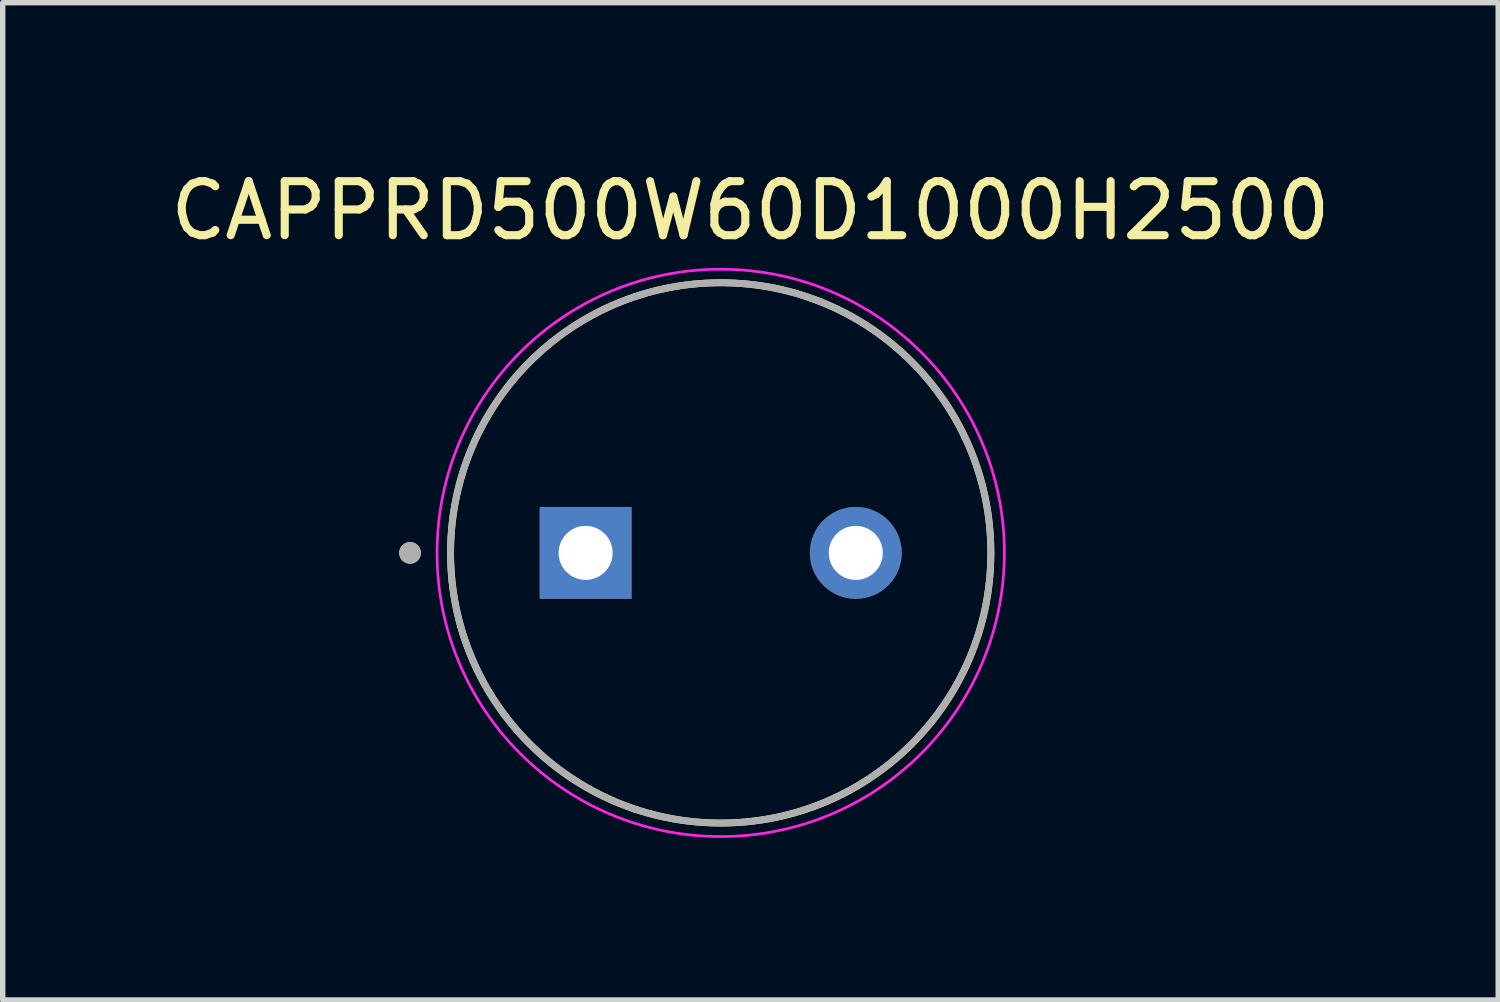
<source format=kicad_pcb>
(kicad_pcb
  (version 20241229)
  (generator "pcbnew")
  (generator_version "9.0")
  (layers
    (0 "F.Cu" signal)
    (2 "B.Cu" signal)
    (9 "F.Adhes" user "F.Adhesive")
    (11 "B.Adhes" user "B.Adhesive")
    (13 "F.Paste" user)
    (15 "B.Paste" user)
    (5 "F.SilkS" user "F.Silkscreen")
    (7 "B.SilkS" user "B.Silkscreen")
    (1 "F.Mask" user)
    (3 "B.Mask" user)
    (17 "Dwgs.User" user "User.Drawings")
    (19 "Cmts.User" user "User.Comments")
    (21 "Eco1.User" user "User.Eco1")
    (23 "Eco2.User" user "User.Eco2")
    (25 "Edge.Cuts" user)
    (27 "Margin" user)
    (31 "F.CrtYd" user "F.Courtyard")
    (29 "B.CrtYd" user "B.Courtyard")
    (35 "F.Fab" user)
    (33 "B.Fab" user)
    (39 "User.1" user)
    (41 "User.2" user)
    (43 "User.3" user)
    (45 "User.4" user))
  (footprint "CAPPRD500W60D1000H2500"
    (layer "F.Cu")
    (at 10.289 7.183)
    (property "Reference" "CAPPRD500W60D1000H2500" (at 0.55 -6.335 0) (layer "F.SilkS") (effects (font (size 1 1) (thickness 0.15))))
    (attr through_hole)
    (fp_circle (center -5.75 0) (end -5.65 0) (stroke (width 0.2) (type solid)) (fill no) (layer "F.SilkS"))
    (fp_circle (center 0 0) (end 5 0) (stroke (width 0.127) (type solid)) (fill no) (layer "F.SilkS"))
    (fp_circle (center 0 0) (end 5.25 0) (stroke (width 0.05) (type solid)) (fill no) (layer "F.CrtYd"))
    (fp_circle (center -5.75 0) (end -5.65 0) (stroke (width 0.2) (type solid)) (fill no) (layer "F.Fab"))
    (fp_circle (center 0 0) (end 5 0) (stroke (width 0.127) (type solid)) (fill no) (layer "F.Fab"))
    (pad "1" thru_hole rect (at -2.5 0) (size 1.7 1.7) (drill 1) (layers "*.Cu" "*.Mask"))
    (pad "2" thru_hole circle (at 2.5 0) (size 1.7 1.7) (drill 1) (layers "*.Cu" "*.Mask")))
  (gr_rect
    (start -3 -3)
    (end 24.679 15.458)
    (stroke (width 0.1) (type default))
    (fill no)
    (layer "Edge.Cuts")))
</source>
